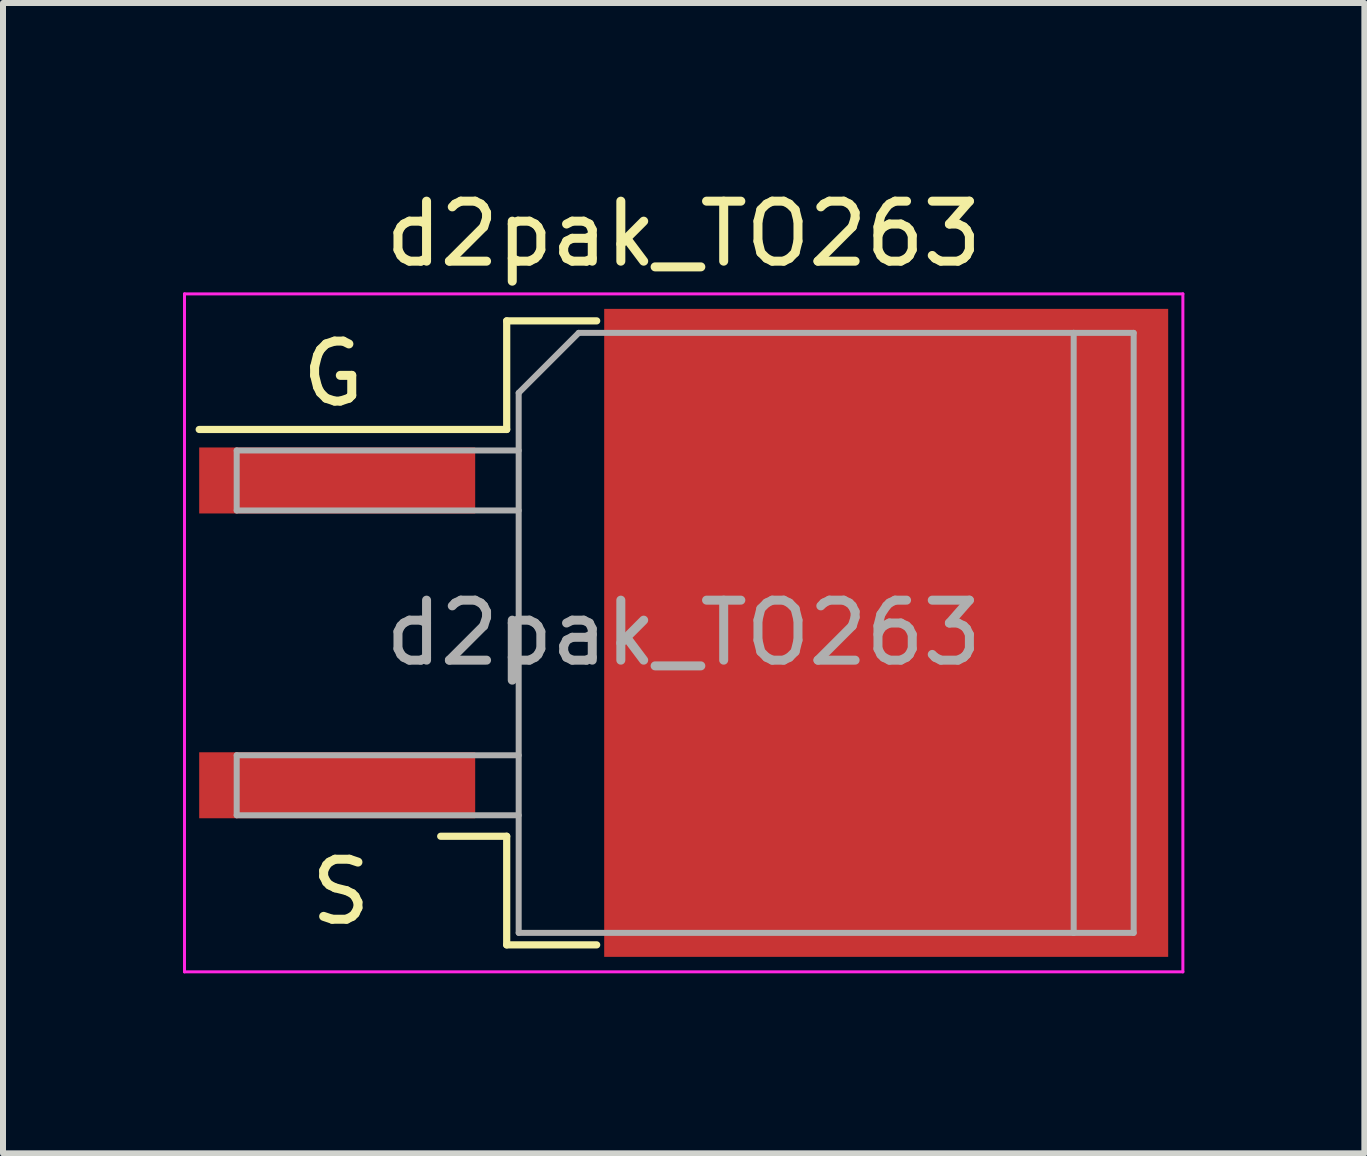
<source format=kicad_pcb>
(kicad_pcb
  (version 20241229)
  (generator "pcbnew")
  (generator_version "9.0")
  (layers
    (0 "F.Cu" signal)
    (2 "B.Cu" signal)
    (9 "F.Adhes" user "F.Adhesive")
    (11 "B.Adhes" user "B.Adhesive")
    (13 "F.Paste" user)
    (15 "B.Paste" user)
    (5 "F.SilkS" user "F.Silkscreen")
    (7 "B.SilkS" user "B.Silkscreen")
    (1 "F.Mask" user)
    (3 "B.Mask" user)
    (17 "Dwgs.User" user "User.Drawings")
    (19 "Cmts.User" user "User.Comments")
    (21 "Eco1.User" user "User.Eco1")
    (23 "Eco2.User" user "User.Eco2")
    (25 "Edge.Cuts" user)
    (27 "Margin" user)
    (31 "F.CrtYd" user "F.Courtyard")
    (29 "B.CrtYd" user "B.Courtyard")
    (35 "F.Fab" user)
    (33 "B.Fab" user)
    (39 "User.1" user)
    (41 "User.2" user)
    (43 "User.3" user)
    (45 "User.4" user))
  (footprint "d2pak_TO263"
    (layer "F.Cu")
    (at 8.345 7.498)
    (property "Reference" "d2pak_TO263" (at 0 -6.65 0) (layer "F.SilkS") (effects (font (size 1 1) (thickness 0.15))))
    (attr smd)
    (fp_line (start -2.95 -5.2) (end -2.95 -3.39) (stroke (width 0.12) (type solid)) (layer "F.SilkS"))
    (fp_line (start -2.95 -3.39) (end -8.075 -3.39) (stroke (width 0.12) (type solid)) (layer "F.SilkS"))
    (fp_line (start -2.95 3.39) (end -4.05 3.39) (stroke (width 0.12) (type solid)) (layer "F.SilkS"))
    (fp_line (start -2.95 5.2) (end -2.95 3.39) (stroke (width 0.12) (type solid)) (layer "F.SilkS"))
    (fp_line (start -1.45 -5.2) (end -2.95 -5.2) (stroke (width 0.12) (type solid)) (layer "F.SilkS"))
    (fp_line (start -1.45 5.2) (end -2.95 5.2) (stroke (width 0.12) (type solid)) (layer "F.SilkS"))
    (fp_line (start -8.32 -5.65) (end -8.32 5.65) (stroke (width 0.05) (type solid)) (layer "F.CrtYd"))
    (fp_line (start -8.32 5.65) (end 8.32 5.65) (stroke (width 0.05) (type solid)) (layer "F.CrtYd"))
    (fp_line (start 8.32 -5.65) (end -8.32 -5.65) (stroke (width 0.05) (type solid)) (layer "F.CrtYd"))
    (fp_line (start 8.32 5.65) (end 8.32 -5.65) (stroke (width 0.05) (type solid)) (layer "F.CrtYd"))
    (fp_line (start -7.45 -3.04) (end -7.45 -2.04) (stroke (width 0.1) (type solid)) (layer "F.Fab"))
    (fp_line (start -7.45 -2.04) (end -2.75 -2.04) (stroke (width 0.1) (type solid)) (layer "F.Fab"))
    (fp_line (start -7.45 2.04) (end -7.45 3.04) (stroke (width 0.1) (type solid)) (layer "F.Fab"))
    (fp_line (start -7.45 3.04) (end -2.75 3.04) (stroke (width 0.1) (type solid)) (layer "F.Fab"))
    (fp_line (start -2.75 -4) (end -1.75 -5) (stroke (width 0.1) (type solid)) (layer "F.Fab"))
    (fp_line (start -2.75 -3.04) (end -7.45 -3.04) (stroke (width 0.1) (type solid)) (layer "F.Fab"))
    (fp_line (start -2.75 2.04) (end -7.45 2.04) (stroke (width 0.1) (type solid)) (layer "F.Fab"))
    (fp_line (start -2.75 5) (end -2.75 -4) (stroke (width 0.1) (type solid)) (layer "F.Fab"))
    (fp_line (start -1.75 -5) (end 6.5 -5) (stroke (width 0.1) (type solid)) (layer "F.Fab"))
    (fp_line (start 6.5 -5) (end 6.5 5) (stroke (width 0.1) (type solid)) (layer "F.Fab"))
    (fp_line (start 6.5 -5) (end 7.5 -5) (stroke (width 0.1) (type solid)) (layer "F.Fab"))
    (fp_line (start 6.5 5) (end -2.75 5) (stroke (width 0.1) (type solid)) (layer "F.Fab"))
    (fp_line (start 7.5 -5) (end 7.5 5) (stroke (width 0.1) (type solid)) (layer "F.Fab"))
    (fp_line (start 7.5 5) (end 6.5 5) (stroke (width 0.1) (type solid)) (layer "F.Fab"))
    (fp_text user "S" (at -5.715 4.318 0) (unlocked yes) (layer "F.SilkS") (effects (font (size 1 1) (thickness 0.15))))
    (fp_text user "G" (at -5.842 -4.318 0) (unlocked yes) (layer "F.SilkS") (effects (font (size 1 1) (thickness 0.15))))
    (fp_text user "${REFERENCE}" (at 0 0 0) (layer "F.Fab") (effects (font (size 1 1) (thickness 0.15))))
    (pad "" smd rect (at 0.95 -2.775) (size 4.55 5.25) (layers "F.Paste"))
    (pad "" smd rect (at 0.95 2.775) (size 4.55 5.25) (layers "F.Paste"))
    (pad "" smd rect (at 5.8 -2.775) (size 4.55 5.25) (layers "F.Paste"))
    (pad "" smd rect (at 5.8 2.775) (size 4.55 5.25) (layers "F.Paste"))
    (pad "1" smd rect (at -5.775 -2.54) (size 4.6 1.1) (layers "F.Cu" "F.Mask" "F.Paste"))
    (pad "2" smd rect (at 3.375 0) (size 9.4 10.8) (layers "F.Cu" "F.Mask"))
    (pad "3" smd rect (at -5.775 2.54) (size 4.6 1.1) (layers "F.Cu" "F.Mask" "F.Paste")))
  (gr_rect
    (start -3 -3)
    (end 19.69 16.173)
    (stroke (width 0.1) (type default))
    (fill no)
    (layer "Edge.Cuts")))
</source>
